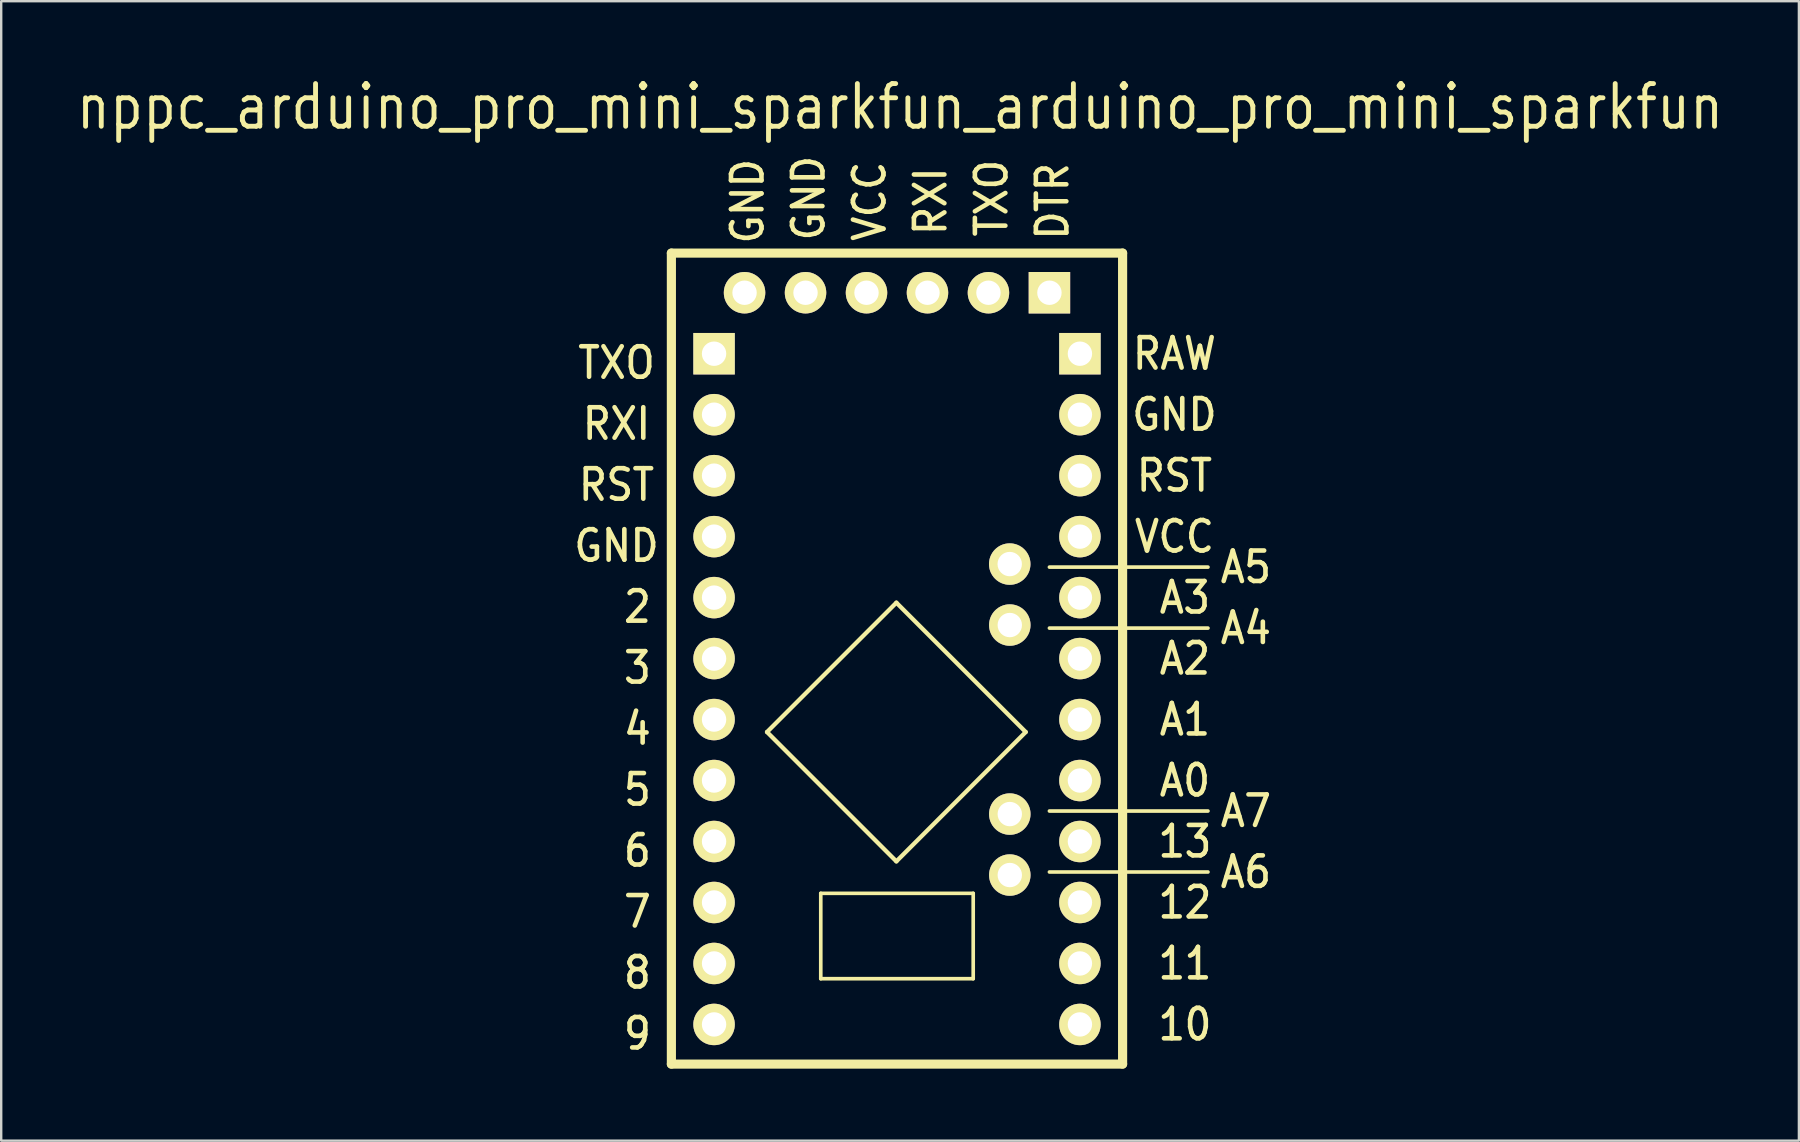
<source format=kicad_pcb>
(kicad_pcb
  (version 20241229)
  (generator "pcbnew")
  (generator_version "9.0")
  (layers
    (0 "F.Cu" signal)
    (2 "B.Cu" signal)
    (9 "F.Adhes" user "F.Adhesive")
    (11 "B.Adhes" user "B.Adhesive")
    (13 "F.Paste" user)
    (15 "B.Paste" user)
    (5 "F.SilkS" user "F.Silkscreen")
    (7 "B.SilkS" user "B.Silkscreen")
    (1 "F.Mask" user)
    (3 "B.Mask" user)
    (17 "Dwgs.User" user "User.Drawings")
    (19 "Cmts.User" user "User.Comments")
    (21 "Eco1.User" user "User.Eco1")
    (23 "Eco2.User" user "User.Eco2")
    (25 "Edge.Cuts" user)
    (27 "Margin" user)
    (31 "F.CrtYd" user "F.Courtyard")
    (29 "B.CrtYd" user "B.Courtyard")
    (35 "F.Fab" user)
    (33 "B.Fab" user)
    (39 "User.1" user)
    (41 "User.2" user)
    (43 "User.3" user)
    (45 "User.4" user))
  (footprint "nppc_arduino_pro_mini_sparkfun_arduino_pro_mini_sparkfun"
    (layer "F.Cu")
    (at 34.315 24.384)
    (property "Reference" "nppc_arduino_pro_mini_sparkfun_arduino_pro_mini_sparkfun" (at 0.127 -22.987 0) (layer "F.SilkS") (effects (font (size 1.778 1.524) (thickness 0.203))))
    (property "Value" "Arduino_Pro_Mini_Sparkfun" (at 0 -11.557 0) (layer "F.Fab") (hide yes) (effects (font (size 1.016 1.016) (thickness 0.102))))
    (attr through_hole)
    (fp_line (start -9.398 -16.891) (end 9.398 -16.891) (stroke (width 0.381) (type solid)) (layer "F.SilkS"))
    (fp_line (start -9.398 16.891) (end -9.398 -16.891) (stroke (width 0.381) (type solid)) (layer "F.SilkS"))
    (fp_line (start -5.414 3.059) (end -0.026 -2.329) (stroke (width 0.178) (type solid)) (layer "F.SilkS"))
    (fp_line (start -5.414 3.059) (end -0.026 8.447) (stroke (width 0.178) (type solid)) (layer "F.SilkS"))
    (fp_line (start -3.175 9.779) (end -3.175 13.335) (stroke (width 0.152) (type solid)) (layer "F.SilkS"))
    (fp_line (start -3.175 13.335) (end 3.175 13.335) (stroke (width 0.152) (type solid)) (layer "F.SilkS"))
    (fp_line (start -0.026 -2.329) (end 5.362 3.059) (stroke (width 0.178) (type solid)) (layer "F.SilkS"))
    (fp_line (start -0.026 8.447) (end 5.362 3.059) (stroke (width 0.178) (type solid)) (layer "F.SilkS"))
    (fp_line (start 3.175 9.779) (end -3.175 9.779) (stroke (width 0.152) (type solid)) (layer "F.SilkS"))
    (fp_line (start 3.175 9.779) (end 3.175 13.335) (stroke (width 0.152) (type solid)) (layer "F.SilkS"))
    (fp_line (start 6.35 -3.81) (end 12.954 -3.81) (stroke (width 0.152) (type solid)) (layer "F.SilkS"))
    (fp_line (start 6.35 -1.27) (end 12.954 -1.27) (stroke (width 0.152) (type solid)) (layer "F.SilkS"))
    (fp_line (start 6.35 6.35) (end 12.954 6.35) (stroke (width 0.152) (type solid)) (layer "F.SilkS"))
    (fp_line (start 6.35 8.89) (end 12.954 8.89) (stroke (width 0.152) (type solid)) (layer "F.SilkS"))
    (fp_line (start 9.398 -16.891) (end 9.398 16.891) (stroke (width 0.381) (type solid)) (layer "F.SilkS"))
    (fp_line (start 9.398 16.891) (end -9.398 16.891) (stroke (width 0.381) (type solid)) (layer "F.SilkS"))
    (fp_line (start -9.398 -16.891) (end 9.398 -16.891) (stroke (width 0.381) (type solid)) (layer "Eco1.User"))
    (fp_line (start -9.398 16.891) (end -9.398 -16.891) (stroke (width 0.381) (type solid)) (layer "Eco1.User"))
    (fp_line (start -8.357 -13.437) (end -8.357 -11.963) (stroke (width 0.254) (type solid)) (layer "Eco1.User"))
    (fp_line (start -8.357 -13.437) (end -6.883 -13.437) (stroke (width 0.254) (type solid)) (layer "Eco1.User"))
    (fp_line (start -8.357 -11.963) (end -6.883 -11.963) (stroke (width 0.254) (type solid)) (layer "Eco1.User"))
    (fp_line (start -6.883 -13.437) (end -6.883 -11.963) (stroke (width 0.254) (type solid)) (layer "Eco1.User"))
    (fp_line (start -5.414 3.059) (end -0.026 -2.329) (stroke (width 0.178) (type solid)) (layer "Eco1.User"))
    (fp_line (start -5.414 3.059) (end -0.026 8.447) (stroke (width 0.178) (type solid)) (layer "Eco1.User"))
    (fp_line (start -3.175 9.779) (end -3.175 13.335) (stroke (width 0.152) (type solid)) (layer "Eco1.User"))
    (fp_line (start -3.175 13.335) (end 3.175 13.335) (stroke (width 0.152) (type solid)) (layer "Eco1.User"))
    (fp_line (start -0.026 -2.329) (end 5.362 3.059) (stroke (width 0.178) (type solid)) (layer "Eco1.User"))
    (fp_line (start -0.026 8.447) (end 5.362 3.059) (stroke (width 0.178) (type solid)) (layer "Eco1.User"))
    (fp_line (start 3.175 9.779) (end -3.175 9.779) (stroke (width 0.152) (type solid)) (layer "Eco1.User"))
    (fp_line (start 3.175 9.779) (end 3.175 13.335) (stroke (width 0.152) (type solid)) (layer "Eco1.User"))
    (fp_line (start 5.613 -15.977) (end 5.613 -14.503) (stroke (width 0.254) (type solid)) (layer "Eco1.User"))
    (fp_line (start 5.613 -15.977) (end 7.087 -15.977) (stroke (width 0.254) (type solid)) (layer "Eco1.User"))
    (fp_line (start 5.613 -14.503) (end 7.087 -14.503) (stroke (width 0.254) (type solid)) (layer "Eco1.User"))
    (fp_line (start 6.35 -3.81) (end 12.954 -3.81) (stroke (width 0.152) (type solid)) (layer "Eco1.User"))
    (fp_line (start 6.35 -1.27) (end 12.954 -1.27) (stroke (width 0.152) (type solid)) (layer "Eco1.User"))
    (fp_line (start 6.35 6.35) (end 12.954 6.35) (stroke (width 0.152) (type solid)) (layer "Eco1.User"))
    (fp_line (start 6.35 8.89) (end 12.954 8.89) (stroke (width 0.152) (type solid)) (layer "Eco1.User"))
    (fp_line (start 6.883 -13.437) (end 6.883 -11.963) (stroke (width 0.254) (type solid)) (layer "Eco1.User"))
    (fp_line (start 6.883 -13.437) (end 8.357 -13.437) (stroke (width 0.254) (type solid)) (layer "Eco1.User"))
    (fp_line (start 6.883 -11.963) (end 8.357 -11.963) (stroke (width 0.254) (type solid)) (layer "Eco1.User"))
    (fp_line (start 7.087 -15.977) (end 7.087 -14.503) (stroke (width 0.254) (type solid)) (layer "Eco1.User"))
    (fp_line (start 8.357 -13.437) (end 8.357 -11.963) (stroke (width 0.254) (type solid)) (layer "Eco1.User"))
    (fp_line (start 9.398 -16.891) (end 9.398 16.891) (stroke (width 0.381) (type solid)) (layer "Eco1.User"))
    (fp_line (start 9.398 16.891) (end -9.398 16.891) (stroke (width 0.381) (type solid)) (layer "Eco1.User"))
    (fp_circle (center -7.62 -12.7) (end -6.934 -12.7) (stroke (width 0.356) (type solid)) (fill no) (layer "Eco1.User"))
    (fp_circle (center -7.62 -10.16) (end -6.934 -10.16) (stroke (width 0.356) (type solid)) (fill no) (layer "Eco1.User"))
    (fp_circle (center -7.62 -7.62) (end -6.934 -7.62) (stroke (width 0.356) (type solid)) (fill no) (layer "Eco1.User"))
    (fp_circle (center -7.62 -5.08) (end -6.934 -5.08) (stroke (width 0.356) (type solid)) (fill no) (layer "Eco1.User"))
    (fp_circle (center -7.62 -2.54) (end -6.934 -2.54) (stroke (width 0.356) (type solid)) (fill no) (layer "Eco1.User"))
    (fp_circle (center -7.62 0) (end -6.934 0) (stroke (width 0.356) (type solid)) (fill no) (layer "Eco1.User"))
    (fp_circle (center -7.62 2.54) (end -6.934 2.54) (stroke (width 0.356) (type solid)) (fill no) (layer "Eco1.User"))
    (fp_circle (center -7.62 5.08) (end -6.934 5.08) (stroke (width 0.356) (type solid)) (fill no) (layer "Eco1.User"))
    (fp_circle (center -7.62 7.62) (end -6.934 7.62) (stroke (width 0.356) (type solid)) (fill no) (layer "Eco1.User"))
    (fp_circle (center -7.62 10.16) (end -6.934 10.16) (stroke (width 0.356) (type solid)) (fill no) (layer "Eco1.User"))
    (fp_circle (center -7.62 12.7) (end -6.934 12.7) (stroke (width 0.356) (type solid)) (fill no) (layer "Eco1.User"))
    (fp_circle (center -7.62 15.24) (end -6.934 15.24) (stroke (width 0.356) (type solid)) (fill no) (layer "Eco1.User"))
    (fp_circle (center -6.35 -15.24) (end -5.664 -15.24) (stroke (width 0.356) (type solid)) (fill no) (layer "Eco1.User"))
    (fp_circle (center -3.81 -15.24) (end -3.124 -15.24) (stroke (width 0.356) (type solid)) (fill no) (layer "Eco1.User"))
    (fp_circle (center -1.27 -15.24) (end -0.584 -15.24) (stroke (width 0.356) (type solid)) (fill no) (layer "Eco1.User"))
    (fp_circle (center 1.27 -15.24) (end 1.956 -15.24) (stroke (width 0.356) (type solid)) (fill no) (layer "Eco1.User"))
    (fp_circle (center 3.81 -15.24) (end 4.496 -15.24) (stroke (width 0.356) (type solid)) (fill no) (layer "Eco1.User"))
    (fp_circle (center 4.699 -3.937) (end 5.385 -3.937) (stroke (width 0.356) (type solid)) (fill no) (layer "Eco1.User"))
    (fp_circle (center 4.699 -1.397) (end 5.385 -1.397) (stroke (width 0.356) (type solid)) (fill no) (layer "Eco1.User"))
    (fp_circle (center 4.699 6.477) (end 5.385 6.477) (stroke (width 0.356) (type solid)) (fill no) (layer "Eco1.User"))
    (fp_circle (center 4.699 9.017) (end 5.385 9.017) (stroke (width 0.356) (type solid)) (fill no) (layer "Eco1.User"))
    (fp_circle (center 6.35 -15.24) (end 7.036 -15.24) (stroke (width 0.356) (type solid)) (fill no) (layer "Eco1.User"))
    (fp_circle (center 7.62 -12.7) (end 8.306 -12.7) (stroke (width 0.356) (type solid)) (fill no) (layer "Eco1.User"))
    (fp_circle (center 7.62 -10.16) (end 8.306 -10.16) (stroke (width 0.356) (type solid)) (fill no) (layer "Eco1.User"))
    (fp_circle (center 7.62 -7.62) (end 8.306 -7.62) (stroke (width 0.356) (type solid)) (fill no) (layer "Eco1.User"))
    (fp_circle (center 7.62 -5.08) (end 8.306 -5.08) (stroke (width 0.356) (type solid)) (fill no) (layer "Eco1.User"))
    (fp_circle (center 7.62 -2.54) (end 8.306 -2.54) (stroke (width 0.356) (type solid)) (fill no) (layer "Eco1.User"))
    (fp_circle (center 7.62 0) (end 8.306 0) (stroke (width 0.356) (type solid)) (fill no) (layer "Eco1.User"))
    (fp_circle (center 7.62 2.54) (end 8.306 2.54) (stroke (width 0.356) (type solid)) (fill no) (layer "Eco1.User"))
    (fp_circle (center 7.62 5.08) (end 8.306 5.08) (stroke (width 0.356) (type solid)) (fill no) (layer "Eco1.User"))
    (fp_circle (center 7.62 7.62) (end 8.306 7.62) (stroke (width 0.356) (type solid)) (fill no) (layer "Eco1.User"))
    (fp_circle (center 7.62 10.16) (end 8.306 10.16) (stroke (width 0.356) (type solid)) (fill no) (layer "Eco1.User"))
    (fp_circle (center 7.62 12.7) (end 8.306 12.7) (stroke (width 0.356) (type solid)) (fill no) (layer "Eco1.User"))
    (fp_circle (center 7.62 15.24) (end 8.306 15.24) (stroke (width 0.356) (type solid)) (fill no) (layer "Eco1.User"))
    (fp_text user "GND" (at -11.684 -4.699 0) (layer "F.SilkS") (effects (font (size 1.27 1.143) (thickness 0.191))))
    (fp_text user "GND" (at -6.223 -19.05 90) (layer "F.SilkS") (effects (font (size 1.27 1.143) (thickness 0.191))))
    (fp_text user " A6" (at 14.097 8.89 0) (layer "F.SilkS") (effects (font (size 1.27 1.143) (thickness 0.191))))
    (fp_text user "TXO" (at 3.937 -19.177 90) (layer "F.SilkS") (effects (font (size 1.27 1.143) (thickness 0.191))))
    (fp_text user "  2" (at -11.684 -2.159 0) (layer "F.SilkS") (effects (font (size 1.27 1.143) (thickness 0.191))))
    (fp_text user "VCC" (at 11.557 -5.08 0) (layer "F.SilkS") (effects (font (size 1.27 1.143) (thickness 0.191))))
    (fp_text user " 12" (at 11.557 10.16 0) (layer "F.SilkS") (effects (font (size 1.27 1.143) (thickness 0.191))))
    (fp_text user "  3" (at -11.684 0.381 0) (layer "F.SilkS") (effects (font (size 1.27 1.143) (thickness 0.191))))
    (fp_text user "RAW" (at 11.557 -12.7 0) (layer "F.SilkS") (effects (font (size 1.27 1.143) (thickness 0.191))))
    (fp_text user " A1" (at 11.557 2.54 0) (layer "F.SilkS") (effects (font (size 1.27 1.143) (thickness 0.191))))
    (fp_text user " A2" (at 11.557 0 0) (layer "F.SilkS") (effects (font (size 1.27 1.143) (thickness 0.191))))
    (fp_text user "  4" (at -11.684 2.921 0) (layer "F.SilkS") (effects (font (size 1.27 1.143) (thickness 0.191))))
    (fp_text user "RXI" (at -11.684 -9.779 0) (layer "F.SilkS") (effects (font (size 1.27 1.143) (thickness 0.191))))
    (fp_text user " A3" (at 11.557 -2.54 0) (layer "F.SilkS") (effects (font (size 1.27 1.143) (thickness 0.191))))
    (fp_text user " A4" (at 14.097 -1.27 0) (layer "F.SilkS") (effects (font (size 1.27 1.143) (thickness 0.191))))
    (fp_text user "VCC" (at -1.143 -19.05 90) (layer "F.SilkS") (effects (font (size 1.27 1.143) (thickness 0.191))))
    (fp_text user "  9" (at -11.684 15.621 0) (layer "F.SilkS") (effects (font (size 1.27 1.143) (thickness 0.191))))
    (fp_text user "  5" (at -11.684 5.461 0) (layer "F.SilkS") (effects (font (size 1.27 1.143) (thickness 0.191))))
    (fp_text user " 11" (at 11.557 12.7 0) (layer "F.SilkS") (effects (font (size 1.27 1.143) (thickness 0.191))))
    (fp_text user " 10" (at 11.557 15.24 0) (layer "F.SilkS") (effects (font (size 1.27 1.143) (thickness 0.191))))
    (fp_text user "TXO" (at -11.684 -12.319 0) (layer "F.SilkS") (effects (font (size 1.27 1.143) (thickness 0.191))))
    (fp_text user "RST" (at 11.557 -7.62 0) (layer "F.SilkS") (effects (font (size 1.27 1.143) (thickness 0.191))))
    (fp_text user "  6" (at -11.684 8.001 0) (layer "F.SilkS") (effects (font (size 1.27 1.143) (thickness 0.191))))
    (fp_text user "GND" (at 11.557 -10.16 0) (layer "F.SilkS") (effects (font (size 1.27 1.143) (thickness 0.191))))
    (fp_text user "  7" (at -11.684 10.541 0) (layer "F.SilkS") (effects (font (size 1.27 1.143) (thickness 0.191))))
    (fp_text user "DTR" (at 6.477 -19.05 90) (layer "F.SilkS") (effects (font (size 1.27 1.143) (thickness 0.191))))
    (fp_text user " A5" (at 14.097 -3.81 0) (layer "F.SilkS") (effects (font (size 1.27 1.143) (thickness 0.191))))
    (fp_text user "RXI" (at 1.397 -19.05 90) (layer "F.SilkS") (effects (font (size 1.27 1.143) (thickness 0.191))))
    (fp_text user "GND" (at -3.683 -19.177 90) (layer "F.SilkS") (effects (font (size 1.27 1.143) (thickness 0.191))))
    (fp_text user "RST" (at -11.684 -7.239 0) (layer "F.SilkS") (effects (font (size 1.27 1.143) (thickness 0.191))))
    (fp_text user " A0" (at 11.557 5.08 0) (layer "F.SilkS") (effects (font (size 1.27 1.143) (thickness 0.191))))
    (fp_text user " 13" (at 11.557 7.62 0) (layer "F.SilkS") (effects (font (size 1.27 1.143) (thickness 0.191))))
    (fp_text user "  8" (at -11.684 13.081 0) (layer "F.SilkS") (effects (font (size 1.27 1.143) (thickness 0.191))))
    (fp_text user " A7" (at 14.097 6.35 0) (layer "F.SilkS") (effects (font (size 1.27 1.143) (thickness 0.191))))
    (fp_text user " A2" (at 11.557 0 0) (layer "Eco1.User") (effects (font (size 1.27 1.143) (thickness 0.191))))
    (fp_text user "GND" (at -11.684 -4.699 0) (layer "Eco1.User") (effects (font (size 1.27 1.143) (thickness 0.191))))
    (fp_text user " A0" (at 11.557 5.08 0) (layer "Eco1.User") (effects (font (size 1.27 1.143) (thickness 0.191))))
    (fp_text user "TXO" (at -11.684 -12.319 0) (layer "Eco1.User") (effects (font (size 1.27 1.143) (thickness 0.191))))
    (fp_text user "TXO" (at 3.937 -19.177 90) (layer "Eco1.User") (effects (font (size 1.27 1.143) (thickness 0.191))))
    (fp_text user "RST" (at 11.557 -7.62 0) (layer "Eco1.User") (effects (font (size 1.27 1.143) (thickness 0.191))))
    (fp_text user "RXI" (at -11.684 -9.779 0) (layer "Eco1.User") (effects (font (size 1.27 1.143) (thickness 0.191))))
    (fp_text user "RST" (at -11.684 -7.239 0) (layer "Eco1.User") (effects (font (size 1.27 1.143) (thickness 0.191))))
    (fp_text user "RAW" (at 11.557 -12.7 0) (layer "Eco1.User") (effects (font (size 1.27 1.143) (thickness 0.191))))
    (fp_text user "GND" (at -3.683 -19.177 90) (layer "Eco1.User") (effects (font (size 1.27 1.143) (thickness 0.191))))
    (fp_text user " A7" (at 14.097 6.35 0) (layer "Eco1.User") (effects (font (size 1.27 1.143) (thickness 0.191))))
    (fp_text user " A5" (at 14.097 -3.81 0) (layer "Eco1.User") (effects (font (size 1.27 1.143) (thickness 0.191))))
    (fp_text user " 11" (at 11.557 12.7 0) (layer "Eco1.User") (effects (font (size 1.27 1.143) (thickness 0.191))))
    (fp_text user "  6" (at -11.684 8.001 0) (layer "Eco1.User") (effects (font (size 1.27 1.143) (thickness 0.191))))
    (fp_text user "  4" (at -11.684 2.921 0) (layer "Eco1.User") (effects (font (size 1.27 1.143) (thickness 0.191))))
    (fp_text user " 10" (at 11.557 15.24 0) (layer "Eco1.User") (effects (font (size 1.27 1.143) (thickness 0.191))))
    (fp_text user "  3" (at -11.684 0.381 0) (layer "Eco1.User") (effects (font (size 1.27 1.143) (thickness 0.191))))
    (fp_text user "RXI" (at 1.397 -19.05 90) (layer "Eco1.User") (effects (font (size 1.27 1.143) (thickness 0.191))))
    (fp_text user "${REFERENCE}" (at -0.203 -22.631 0) (layer "Eco1.User") (effects (font (size 1.524 1.27) (thickness 0.203))))
    (fp_text user "VCC" (at -1.143 -19.05 90) (layer "Eco1.User") (effects (font (size 1.27 1.143) (thickness 0.191))))
    (fp_text user " 12" (at 11.557 10.16 0) (layer "Eco1.User") (effects (font (size 1.27 1.143) (thickness 0.191))))
    (fp_text user "  5" (at -11.684 5.461 0) (layer "Eco1.User") (effects (font (size 1.27 1.143) (thickness 0.191))))
    (fp_text user "  8" (at -11.684 13.081 0) (layer "Eco1.User") (effects (font (size 1.27 1.143) (thickness 0.191))))
    (fp_text user "VCC" (at 11.557 -5.08 0) (layer "Eco1.User") (effects (font (size 1.27 1.143) (thickness 0.191))))
    (fp_text user "DTR" (at 6.477 -19.05 90) (layer "Eco1.User") (effects (font (size 1.27 1.143) (thickness 0.191))))
    (fp_text user "GND" (at 11.557 -10.16 0) (layer "Eco1.User") (effects (font (size 1.27 1.143) (thickness 0.191))))
    (fp_text user " A6" (at 14.097 8.89 0) (layer "Eco1.User") (effects (font (size 1.27 1.143) (thickness 0.191))))
    (fp_text user "${VALUE}" (at 17.348 2.896 90) (layer "Eco1.User") (effects (font (size 1.524 1.27) (thickness 0.203))))
    (fp_text user "  9" (at -11.684 15.621 0) (layer "Eco1.User") (effects (font (size 1.27 1.143) (thickness 0.191))))
    (fp_text user " A1" (at 11.557 2.54 0) (layer "Eco1.User") (effects (font (size 1.27 1.143) (thickness 0.191))))
    (fp_text user "  7" (at -11.684 10.541 0) (layer "Eco1.User") (effects (font (size 1.27 1.143) (thickness 0.191))))
    (fp_text user " 13" (at 11.557 7.62 0) (layer "Eco1.User") (effects (font (size 1.27 1.143) (thickness 0.191))))
    (fp_text user "  2" (at -11.684 -2.159 0) (layer "Eco1.User") (effects (font (size 1.27 1.143) (thickness 0.191))))
    (fp_text user " A4" (at 14.097 -1.27 0) (layer "Eco1.User") (effects (font (size 1.27 1.143) (thickness 0.191))))
    (fp_text user " A3" (at 11.557 -2.54 0) (layer "Eco1.User") (effects (font (size 1.27 1.143) (thickness 0.191))))
    (fp_text user "GND" (at -6.223 -19.05 90) (layer "Eco1.User") (effects (font (size 1.27 1.143) (thickness 0.191))))
    (pad "1A" thru_hole rect (at 7.62 -12.7) (size 1.727 1.727) (drill 1.016) (layers "*.Cu" "*.Mask" "F.SilkS"))
    (pad "1C" thru_hole rect (at 6.35 -15.24) (size 1.727 1.727) (drill 1.016) (layers "*.Cu" "*.Mask" "F.SilkS"))
    (pad "1D" thru_hole rect (at -7.62 -12.7) (size 1.727 1.727) (drill 1.016) (layers "*.Cu" "*.Mask" "F.SilkS"))
    (pad "2A" thru_hole circle (at 7.62 -10.16) (size 1.727 1.727) (drill 1.016) (layers "*.Cu" "*.Mask" "F.SilkS"))
    (pad "2B" thru_hole circle (at 4.699 9.017) (size 1.727 1.727) (drill 1.016) (layers "*.Cu" "*.Mask" "F.SilkS"))
    (pad "2C" thru_hole circle (at 3.81 -15.24) (size 1.727 1.727) (drill 1.016) (layers "*.Cu" "*.Mask" "F.SilkS"))
    (pad "2D" thru_hole circle (at -7.62 -10.16) (size 1.727 1.727) (drill 1.016) (layers "*.Cu" "*.Mask" "F.SilkS"))
    (pad "3A" thru_hole circle (at 7.62 -7.62) (size 1.727 1.727) (drill 1.016) (layers "*.Cu" "*.Mask" "F.SilkS"))
    (pad "3B" thru_hole circle (at 4.699 6.477) (size 1.727 1.727) (drill 1.016) (layers "*.Cu" "*.Mask" "F.SilkS"))
    (pad "3C" thru_hole circle (at 1.27 -15.24) (size 1.727 1.727) (drill 1.016) (layers "*.Cu" "*.Mask" "F.SilkS"))
    (pad "3D" thru_hole circle (at -7.62 -7.62) (size 1.727 1.727) (drill 1.016) (layers "*.Cu" "*.Mask" "F.SilkS"))
    (pad "4A" thru_hole circle (at 7.62 -5.08) (size 1.727 1.727) (drill 1.016) (layers "*.Cu" "*.Mask" "F.SilkS"))
    (pad "4B" thru_hole circle (at 4.699 -1.397) (size 1.727 1.727) (drill 1.016) (layers "*.Cu" "*.Mask" "F.SilkS"))
    (pad "4C" thru_hole circle (at -1.27 -15.24) (size 1.727 1.727) (drill 1.016) (layers "*.Cu" "*.Mask" "F.SilkS"))
    (pad "4D" thru_hole circle (at -7.62 -5.08) (size 1.727 1.727) (drill 1.016) (layers "*.Cu" "*.Mask" "F.SilkS"))
    (pad "5A" thru_hole circle (at 7.62 -2.54) (size 1.727 1.727) (drill 1.016) (layers "*.Cu" "*.Mask" "F.SilkS"))
    (pad "5B" thru_hole circle (at 4.696 -3.937) (size 1.727 1.727) (drill 1.016) (layers "*.Cu" "*.Mask" "F.SilkS"))
    (pad "5C" thru_hole circle (at -3.81 -15.24) (size 1.727 1.727) (drill 1.016) (layers "*.Cu" "*.Mask" "F.SilkS"))
    (pad "5D" thru_hole circle (at -7.62 -2.54) (size 1.727 1.727) (drill 1.016) (layers "*.Cu" "*.Mask" "F.SilkS"))
    (pad "6A" thru_hole circle (at 7.62 0) (size 1.727 1.727) (drill 1.016) (layers "*.Cu" "*.Mask" "F.SilkS"))
    (pad "6C" thru_hole circle (at -6.35 -15.24) (size 1.727 1.727) (drill 1.016) (layers "*.Cu" "*.Mask" "F.SilkS"))
    (pad "6D" thru_hole circle (at -7.62 0) (size 1.727 1.727) (drill 1.016) (layers "*.Cu" "*.Mask" "F.SilkS"))
    (pad "7A" thru_hole circle (at 7.62 2.54) (size 1.727 1.727) (drill 1.016) (layers "*.Cu" "*.Mask" "F.SilkS"))
    (pad "7D" thru_hole circle (at -7.62 2.54) (size 1.727 1.727) (drill 1.016) (layers "*.Cu" "*.Mask" "F.SilkS"))
    (pad "8A" thru_hole circle (at 7.62 5.08) (size 1.727 1.727) (drill 1.016) (layers "*.Cu" "*.Mask" "F.SilkS"))
    (pad "8D" thru_hole circle (at -7.62 5.08) (size 1.727 1.727) (drill 1.016) (layers "*.Cu" "*.Mask" "F.SilkS"))
    (pad "9A" thru_hole circle (at 7.62 7.62) (size 1.727 1.727) (drill 1.016) (layers "*.Cu" "*.Mask" "F.SilkS"))
    (pad "9D" thru_hole circle (at -7.62 7.62) (size 1.727 1.727) (drill 1.016) (layers "*.Cu" "*.Mask" "F.SilkS"))
    (pad "10A" thru_hole circle (at 7.62 10.16) (size 1.727 1.727) (drill 1.016) (layers "*.Cu" "*.Mask" "F.SilkS"))
    (pad "10D" thru_hole circle (at -7.62 10.16) (size 1.727 1.727) (drill 1.016) (layers "*.Cu" "*.Mask" "F.SilkS"))
    (pad "11A" thru_hole circle (at 7.62 12.7) (size 1.727 1.727) (drill 1.016) (layers "*.Cu" "*.Mask" "F.SilkS"))
    (pad "11D" thru_hole circle (at -7.62 12.7) (size 1.727 1.727) (drill 1.016) (layers "*.Cu" "*.Mask" "F.SilkS"))
    (pad "12A" thru_hole circle (at 7.62 15.24) (size 1.727 1.727) (drill 1.016) (layers "*.Cu" "*.Mask" "F.SilkS"))
    (pad "12D" thru_hole circle (at -7.62 15.24) (size 1.727 1.727) (drill 1.016) (layers "*.Cu" "*.Mask" "F.SilkS")))
  (gr_rect
    (start -3 -3)
    (end 71.885 44.465)
    (stroke (width 0.1) (type default))
    (fill no)
    (layer "Edge.Cuts")))
</source>
